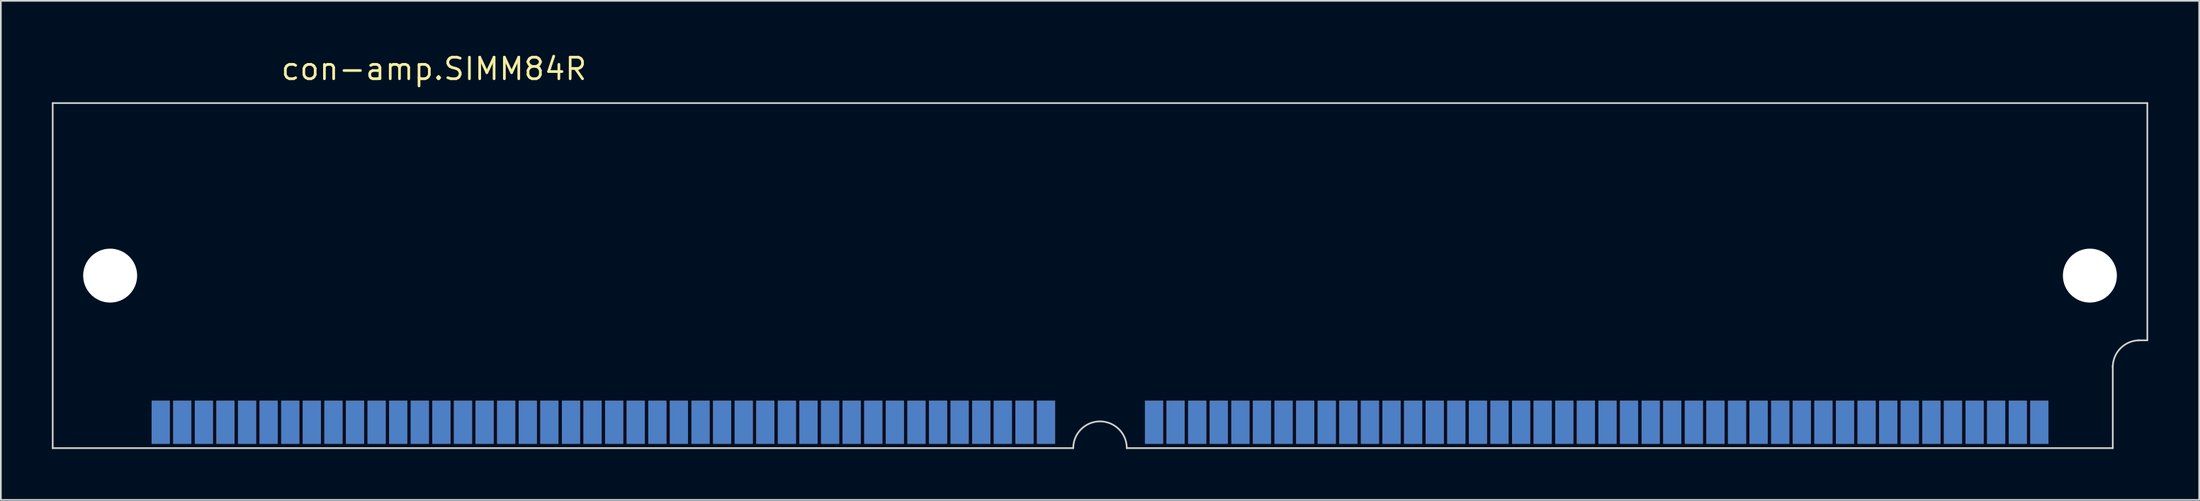
<source format=kicad_pcb>
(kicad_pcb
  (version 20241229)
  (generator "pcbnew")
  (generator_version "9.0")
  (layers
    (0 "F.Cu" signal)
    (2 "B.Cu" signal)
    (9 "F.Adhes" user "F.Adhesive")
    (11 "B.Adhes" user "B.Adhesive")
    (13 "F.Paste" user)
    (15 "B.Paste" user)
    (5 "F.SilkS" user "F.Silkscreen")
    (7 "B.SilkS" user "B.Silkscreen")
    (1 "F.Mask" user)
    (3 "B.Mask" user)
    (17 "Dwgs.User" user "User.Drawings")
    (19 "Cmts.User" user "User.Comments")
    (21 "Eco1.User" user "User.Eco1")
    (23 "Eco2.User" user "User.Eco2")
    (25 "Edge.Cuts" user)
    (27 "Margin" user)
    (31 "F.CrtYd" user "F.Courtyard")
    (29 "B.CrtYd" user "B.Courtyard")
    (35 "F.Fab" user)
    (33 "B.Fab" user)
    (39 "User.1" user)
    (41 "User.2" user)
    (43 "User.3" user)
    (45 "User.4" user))
  (footprint "con-amp.SIMM84R"
    (layer "F.Cu")
    (at 61.645 13.18)
    (property "Reference" "con-amp.SIMM84R" (at -48.26 -11.43 0) (layer "F.SilkS") (effects (font (size 1.27 1.27) (thickness 0.16)) (justify left bottom)))
    (attr smd)
    (fp_line (start -61.595 -10.16) (end -61.595 10.16) (stroke (width 0.1) (type default)) (layer "Edge.Cuts"))
    (fp_line (start -61.595 10.16) (end -1.575 10.16) (stroke (width 0.1) (type default)) (layer "Edge.Cuts"))
    (fp_line (start 1.575 10.16) (end 59.563 10.16) (stroke (width 0.1) (type default)) (layer "Edge.Cuts"))
    (fp_line (start 59.563 10.16) (end 59.563 5.309) (stroke (width 0.1) (type default)) (layer "Edge.Cuts"))
    (fp_line (start 61.595 -10.16) (end -61.595 -10.16) (stroke (width 0.1) (type default)) (layer "Edge.Cuts"))
    (fp_line (start 61.595 3.81) (end 61.036 3.81) (stroke (width 0.1) (type default)) (layer "Edge.Cuts"))
    (fp_line (start 61.595 3.81) (end 61.595 -10.16) (stroke (width 0.1) (type default)) (layer "Edge.Cuts"))
    (fp_arc (start -1.5748 10.16) (mid 0 8.5852) (end 1.5748 10.16) (stroke (width 0.1) (type default)) (layer "Edge.Cuts"))
    (fp_arc (start 59.563 5.3848) (mid 60.024248 4.271248) (end 61.1378 3.81) (stroke (width 0.1) (type default)) (layer "Edge.Cuts"))
    (pad "" np_thru_hole circle (at -58.217 0) (size 3.175 3.175) (drill 3.175) (layers "*.Cu" "*.Mask"))
    (pad "" np_thru_hole circle (at 58.217 0) (size 3.175 3.175) (drill 3.175) (layers "*.Cu" "*.Mask"))
    (pad "1" smd roundrect (at 55.245 8.636) (size 1.067 2.54) (layers "F.Cu" "F.Mask" "F.Paste") (roundrect_rratio 0.01))
    (pad "2" smd roundrect (at 53.975 8.636) (size 1.067 2.54) (layers "F.Cu" "F.Mask" "F.Paste") (roundrect_rratio 0.01))
    (pad "3" smd roundrect (at 52.705 8.636) (size 1.067 2.54) (layers "F.Cu" "F.Mask" "F.Paste") (roundrect_rratio 0.01))
    (pad "4" smd roundrect (at 51.435 8.636) (size 1.067 2.54) (layers "F.Cu" "F.Mask" "F.Paste") (roundrect_rratio 0.01))
    (pad "5" smd roundrect (at 50.165 8.636) (size 1.067 2.54) (layers "F.Cu" "F.Mask" "F.Paste") (roundrect_rratio 0.01))
    (pad "6" smd roundrect (at 48.895 8.636) (size 1.067 2.54) (layers "F.Cu" "F.Mask" "F.Paste") (roundrect_rratio 0.01))
    (pad "7" smd roundrect (at 47.625 8.636) (size 1.067 2.54) (layers "F.Cu" "F.Mask" "F.Paste") (roundrect_rratio 0.01))
    (pad "8" smd roundrect (at 46.355 8.636) (size 1.067 2.54) (layers "F.Cu" "F.Mask" "F.Paste") (roundrect_rratio 0.01))
    (pad "9" smd roundrect (at 45.085 8.636) (size 1.067 2.54) (layers "F.Cu" "F.Mask" "F.Paste") (roundrect_rratio 0.01))
    (pad "10" smd roundrect (at 43.815 8.636) (size 1.067 2.54) (layers "F.Cu" "F.Mask" "F.Paste") (roundrect_rratio 0.01))
    (pad "11" smd roundrect (at 42.545 8.636) (size 1.067 2.54) (layers "F.Cu" "F.Mask" "F.Paste") (roundrect_rratio 0.01))
    (pad "12" smd roundrect (at 41.275 8.636) (size 1.067 2.54) (layers "F.Cu" "F.Mask" "F.Paste") (roundrect_rratio 0.01))
    (pad "13" smd roundrect (at 40.005 8.636) (size 1.067 2.54) (layers "F.Cu" "F.Mask" "F.Paste") (roundrect_rratio 0.01))
    (pad "14" smd roundrect (at 38.735 8.636) (size 1.067 2.54) (layers "F.Cu" "F.Mask" "F.Paste") (roundrect_rratio 0.01))
    (pad "15" smd roundrect (at 37.465 8.636) (size 1.067 2.54) (layers "F.Cu" "F.Mask" "F.Paste") (roundrect_rratio 0.01))
    (pad "16" smd roundrect (at 36.195 8.636) (size 1.067 2.54) (layers "F.Cu" "F.Mask" "F.Paste") (roundrect_rratio 0.01))
    (pad "17" smd roundrect (at 34.925 8.636) (size 1.067 2.54) (layers "F.Cu" "F.Mask" "F.Paste") (roundrect_rratio 0.01))
    (pad "18" smd roundrect (at 33.655 8.636) (size 1.067 2.54) (layers "F.Cu" "F.Mask" "F.Paste") (roundrect_rratio 0.01))
    (pad "19" smd roundrect (at 32.385 8.636) (size 1.067 2.54) (layers "F.Cu" "F.Mask" "F.Paste") (roundrect_rratio 0.01))
    (pad "20" smd roundrect (at 31.115 8.636) (size 1.067 2.54) (layers "F.Cu" "F.Mask" "F.Paste") (roundrect_rratio 0.01))
    (pad "21" smd roundrect (at 29.845 8.636) (size 1.067 2.54) (layers "F.Cu" "F.Mask" "F.Paste") (roundrect_rratio 0.01))
    (pad "22" smd roundrect (at 28.575 8.636) (size 1.067 2.54) (layers "F.Cu" "F.Mask" "F.Paste") (roundrect_rratio 0.01))
    (pad "23" smd roundrect (at 27.305 8.636) (size 1.067 2.54) (layers "F.Cu" "F.Mask" "F.Paste") (roundrect_rratio 0.01))
    (pad "24" smd roundrect (at 26.035 8.636) (size 1.067 2.54) (layers "F.Cu" "F.Mask" "F.Paste") (roundrect_rratio 0.01))
    (pad "25" smd roundrect (at 24.765 8.636) (size 1.067 2.54) (layers "F.Cu" "F.Mask" "F.Paste") (roundrect_rratio 0.01))
    (pad "26" smd roundrect (at 23.495 8.636) (size 1.067 2.54) (layers "F.Cu" "F.Mask" "F.Paste") (roundrect_rratio 0.01))
    (pad "27" smd roundrect (at 22.225 8.636) (size 1.067 2.54) (layers "F.Cu" "F.Mask" "F.Paste") (roundrect_rratio 0.01))
    (pad "28" smd roundrect (at 20.955 8.636) (size 1.067 2.54) (layers "F.Cu" "F.Mask" "F.Paste") (roundrect_rratio 0.01))
    (pad "29" smd roundrect (at 19.685 8.636) (size 1.067 2.54) (layers "F.Cu" "F.Mask" "F.Paste") (roundrect_rratio 0.01))
    (pad "30" smd roundrect (at 18.415 8.636) (size 1.067 2.54) (layers "F.Cu" "F.Mask" "F.Paste") (roundrect_rratio 0.01))
    (pad "31" smd roundrect (at 17.145 8.636) (size 1.067 2.54) (layers "F.Cu" "F.Mask" "F.Paste") (roundrect_rratio 0.01))
    (pad "32" smd roundrect (at 15.875 8.636) (size 1.067 2.54) (layers "F.Cu" "F.Mask" "F.Paste") (roundrect_rratio 0.01))
    (pad "33" smd roundrect (at 14.605 8.636) (size 1.067 2.54) (layers "F.Cu" "F.Mask" "F.Paste") (roundrect_rratio 0.01))
    (pad "34" smd roundrect (at 13.335 8.636) (size 1.067 2.54) (layers "F.Cu" "F.Mask" "F.Paste") (roundrect_rratio 0.01))
    (pad "35" smd roundrect (at 12.065 8.636) (size 1.067 2.54) (layers "F.Cu" "F.Mask" "F.Paste") (roundrect_rratio 0.01))
    (pad "36" smd roundrect (at 10.795 8.636) (size 1.067 2.54) (layers "F.Cu" "F.Mask" "F.Paste") (roundrect_rratio 0.01))
    (pad "37" smd roundrect (at 9.525 8.636) (size 1.067 2.54) (layers "F.Cu" "F.Mask" "F.Paste") (roundrect_rratio 0.01))
    (pad "38" smd roundrect (at 8.255 8.636) (size 1.067 2.54) (layers "F.Cu" "F.Mask" "F.Paste") (roundrect_rratio 0.01))
    (pad "39" smd roundrect (at 6.985 8.636) (size 1.067 2.54) (layers "F.Cu" "F.Mask" "F.Paste") (roundrect_rratio 0.01))
    (pad "40" smd roundrect (at 5.715 8.636) (size 1.067 2.54) (layers "F.Cu" "F.Mask" "F.Paste") (roundrect_rratio 0.01))
    (pad "41" smd roundrect (at 4.445 8.636) (size 1.067 2.54) (layers "F.Cu" "F.Mask" "F.Paste") (roundrect_rratio 0.01))
    (pad "42" smd roundrect (at 3.175 8.636) (size 1.067 2.54) (layers "F.Cu" "F.Mask" "F.Paste") (roundrect_rratio 0.01))
    (pad "43" smd roundrect (at -3.175 8.636) (size 1.067 2.54) (layers "F.Cu" "F.Mask" "F.Paste") (roundrect_rratio 0.01))
    (pad "44" smd roundrect (at -4.445 8.636) (size 1.067 2.54) (layers "F.Cu" "F.Mask" "F.Paste") (roundrect_rratio 0.01))
    (pad "45" smd roundrect (at -5.715 8.636) (size 1.067 2.54) (layers "F.Cu" "F.Mask" "F.Paste") (roundrect_rratio 0.01))
    (pad "46" smd roundrect (at -6.985 8.636) (size 1.067 2.54) (layers "F.Cu" "F.Mask" "F.Paste") (roundrect_rratio 0.01))
    (pad "47" smd roundrect (at -8.255 8.636) (size 1.067 2.54) (layers "F.Cu" "F.Mask" "F.Paste") (roundrect_rratio 0.01))
    (pad "48" smd roundrect (at -9.525 8.636) (size 1.067 2.54) (layers "F.Cu" "F.Mask" "F.Paste") (roundrect_rratio 0.01))
    (pad "49" smd roundrect (at -10.795 8.636) (size 1.067 2.54) (layers "F.Cu" "F.Mask" "F.Paste") (roundrect_rratio 0.01))
    (pad "50" smd roundrect (at -12.065 8.636) (size 1.067 2.54) (layers "F.Cu" "F.Mask" "F.Paste") (roundrect_rratio 0.01))
    (pad "51" smd roundrect (at -13.335 8.636) (size 1.067 2.54) (layers "F.Cu" "F.Mask" "F.Paste") (roundrect_rratio 0.01))
    (pad "52" smd roundrect (at -14.605 8.636) (size 1.067 2.54) (layers "F.Cu" "F.Mask" "F.Paste") (roundrect_rratio 0.01))
    (pad "53" smd roundrect (at -15.875 8.636) (size 1.067 2.54) (layers "F.Cu" "F.Mask" "F.Paste") (roundrect_rratio 0.01))
    (pad "54" smd roundrect (at -17.145 8.636) (size 1.067 2.54) (layers "F.Cu" "F.Mask" "F.Paste") (roundrect_rratio 0.01))
    (pad "55" smd roundrect (at -18.415 8.636) (size 1.067 2.54) (layers "F.Cu" "F.Mask" "F.Paste") (roundrect_rratio 0.01))
    (pad "56" smd roundrect (at -19.685 8.636) (size 1.067 2.54) (layers "F.Cu" "F.Mask" "F.Paste") (roundrect_rratio 0.01))
    (pad "57" smd roundrect (at -20.955 8.636) (size 1.067 2.54) (layers "F.Cu" "F.Mask" "F.Paste") (roundrect_rratio 0.01))
    (pad "58" smd roundrect (at -22.225 8.636) (size 1.067 2.54) (layers "F.Cu" "F.Mask" "F.Paste") (roundrect_rratio 0.01))
    (pad "59" smd roundrect (at -23.495 8.636) (size 1.067 2.54) (layers "F.Cu" "F.Mask" "F.Paste") (roundrect_rratio 0.01))
    (pad "60" smd roundrect (at -24.765 8.636) (size 1.067 2.54) (layers "F.Cu" "F.Mask" "F.Paste") (roundrect_rratio 0.01))
    (pad "61" smd roundrect (at -26.035 8.636) (size 1.067 2.54) (layers "F.Cu" "F.Mask" "F.Paste") (roundrect_rratio 0.01))
    (pad "62" smd roundrect (at -27.305 8.636) (size 1.067 2.54) (layers "F.Cu" "F.Mask" "F.Paste") (roundrect_rratio 0.01))
    (pad "63" smd roundrect (at -28.575 8.636) (size 1.067 2.54) (layers "F.Cu" "F.Mask" "F.Paste") (roundrect_rratio 0.01))
    (pad "64" smd roundrect (at -29.845 8.636) (size 1.067 2.54) (layers "F.Cu" "F.Mask" "F.Paste") (roundrect_rratio 0.01))
    (pad "65" smd roundrect (at -31.115 8.636) (size 1.067 2.54) (layers "F.Cu" "F.Mask" "F.Paste") (roundrect_rratio 0.01))
    (pad "66" smd roundrect (at -32.385 8.636) (size 1.067 2.54) (layers "F.Cu" "F.Mask" "F.Paste") (roundrect_rratio 0.01))
    (pad "67" smd roundrect (at -33.655 8.636) (size 1.067 2.54) (layers "F.Cu" "F.Mask" "F.Paste") (roundrect_rratio 0.01))
    (pad "68" smd roundrect (at -34.925 8.636) (size 1.067 2.54) (layers "F.Cu" "F.Mask" "F.Paste") (roundrect_rratio 0.01))
    (pad "69" smd roundrect (at -36.195 8.636) (size 1.067 2.54) (layers "F.Cu" "F.Mask" "F.Paste") (roundrect_rratio 0.01))
    (pad "70" smd roundrect (at -37.465 8.636) (size 1.067 2.54) (layers "F.Cu" "F.Mask" "F.Paste") (roundrect_rratio 0.01))
    (pad "71" smd roundrect (at -38.735 8.636) (size 1.067 2.54) (layers "F.Cu" "F.Mask" "F.Paste") (roundrect_rratio 0.01))
    (pad "72" smd roundrect (at -40.005 8.636) (size 1.067 2.54) (layers "F.Cu" "F.Mask" "F.Paste") (roundrect_rratio 0.01))
    (pad "73" smd roundrect (at -41.275 8.636) (size 1.067 2.54) (layers "F.Cu" "F.Mask" "F.Paste") (roundrect_rratio 0.01))
    (pad "74" smd roundrect (at -42.545 8.636) (size 1.067 2.54) (layers "F.Cu" "F.Mask" "F.Paste") (roundrect_rratio 0.01))
    (pad "75" smd roundrect (at -43.815 8.636) (size 1.067 2.54) (layers "F.Cu" "F.Mask" "F.Paste") (roundrect_rratio 0.01))
    (pad "76" smd roundrect (at -45.085 8.636) (size 1.067 2.54) (layers "F.Cu" "F.Mask" "F.Paste") (roundrect_rratio 0.01))
    (pad "77" smd roundrect (at -46.355 8.636) (size 1.067 2.54) (layers "F.Cu" "F.Mask" "F.Paste") (roundrect_rratio 0.01))
    (pad "78" smd roundrect (at -47.625 8.636) (size 1.067 2.54) (layers "F.Cu" "F.Mask" "F.Paste") (roundrect_rratio 0.01))
    (pad "79" smd roundrect (at -48.895 8.636) (size 1.067 2.54) (layers "F.Cu" "F.Mask" "F.Paste") (roundrect_rratio 0.01))
    (pad "80" smd roundrect (at -50.165 8.636) (size 1.067 2.54) (layers "F.Cu" "F.Mask" "F.Paste") (roundrect_rratio 0.01))
    (pad "81" smd roundrect (at -51.435 8.636) (size 1.067 2.54) (layers "F.Cu" "F.Mask" "F.Paste") (roundrect_rratio 0.01))
    (pad "82" smd roundrect (at -52.705 8.636) (size 1.067 2.54) (layers "F.Cu" "F.Mask" "F.Paste") (roundrect_rratio 0.01))
    (pad "83" smd roundrect (at -53.975 8.636) (size 1.067 2.54) (layers "F.Cu" "F.Mask" "F.Paste") (roundrect_rratio 0.01))
    (pad "84" smd roundrect (at -55.245 8.636) (size 1.067 2.54) (layers "F.Cu" "F.Mask" "F.Paste") (roundrect_rratio 0.01))
    (pad "85" smd roundrect (at 55.245 8.636) (size 1.067 2.54) (layers "B.Cu" "B.Mask" "B.Paste") (roundrect_rratio 0.01))
    (pad "86" smd roundrect (at 53.975 8.636) (size 1.067 2.54) (layers "B.Cu" "B.Mask" "B.Paste") (roundrect_rratio 0.01))
    (pad "87" smd roundrect (at 52.705 8.636) (size 1.067 2.54) (layers "B.Cu" "B.Mask" "B.Paste") (roundrect_rratio 0.01))
    (pad "88" smd roundrect (at 51.435 8.636) (size 1.067 2.54) (layers "B.Cu" "B.Mask" "B.Paste") (roundrect_rratio 0.01))
    (pad "89" smd roundrect (at 50.165 8.636) (size 1.067 2.54) (layers "B.Cu" "B.Mask" "B.Paste") (roundrect_rratio 0.01))
    (pad "90" smd roundrect (at 48.895 8.636) (size 1.067 2.54) (layers "B.Cu" "B.Mask" "B.Paste") (roundrect_rratio 0.01))
    (pad "91" smd roundrect (at 47.625 8.636) (size 1.067 2.54) (layers "B.Cu" "B.Mask" "B.Paste") (roundrect_rratio 0.01))
    (pad "92" smd roundrect (at 46.355 8.636) (size 1.067 2.54) (layers "B.Cu" "B.Mask" "B.Paste") (roundrect_rratio 0.01))
    (pad "93" smd roundrect (at 45.085 8.636) (size 1.067 2.54) (layers "B.Cu" "B.Mask" "B.Paste") (roundrect_rratio 0.01))
    (pad "94" smd roundrect (at 43.815 8.636) (size 1.067 2.54) (layers "B.Cu" "B.Mask" "B.Paste") (roundrect_rratio 0.01))
    (pad "95" smd roundrect (at 42.545 8.636) (size 1.067 2.54) (layers "B.Cu" "B.Mask" "B.Paste") (roundrect_rratio 0.01))
    (pad "96" smd roundrect (at 41.275 8.636) (size 1.067 2.54) (layers "B.Cu" "B.Mask" "B.Paste") (roundrect_rratio 0.01))
    (pad "97" smd roundrect (at 40.005 8.636) (size 1.067 2.54) (layers "B.Cu" "B.Mask" "B.Paste") (roundrect_rratio 0.01))
    (pad "98" smd roundrect (at 38.735 8.636) (size 1.067 2.54) (layers "B.Cu" "B.Mask" "B.Paste") (roundrect_rratio 0.01))
    (pad "99" smd roundrect (at 37.465 8.636) (size 1.067 2.54) (layers "B.Cu" "B.Mask" "B.Paste") (roundrect_rratio 0.01))
    (pad "100" smd roundrect (at 36.195 8.636) (size 1.067 2.54) (layers "B.Cu" "B.Mask" "B.Paste") (roundrect_rratio 0.01))
    (pad "101" smd roundrect (at 34.925 8.636) (size 1.067 2.54) (layers "B.Cu" "B.Mask" "B.Paste") (roundrect_rratio 0.01))
    (pad "102" smd roundrect (at 33.655 8.636) (size 1.067 2.54) (layers "B.Cu" "B.Mask" "B.Paste") (roundrect_rratio 0.01))
    (pad "103" smd roundrect (at 32.385 8.636) (size 1.067 2.54) (layers "B.Cu" "B.Mask" "B.Paste") (roundrect_rratio 0.01))
    (pad "104" smd roundrect (at 31.115 8.636) (size 1.067 2.54) (layers "B.Cu" "B.Mask" "B.Paste") (roundrect_rratio 0.01))
    (pad "105" smd roundrect (at 29.845 8.636) (size 1.067 2.54) (layers "B.Cu" "B.Mask" "B.Paste") (roundrect_rratio 0.01))
    (pad "106" smd roundrect (at 28.575 8.636) (size 1.067 2.54) (layers "B.Cu" "B.Mask" "B.Paste") (roundrect_rratio 0.01))
    (pad "107" smd roundrect (at 27.305 8.636) (size 1.067 2.54) (layers "B.Cu" "B.Mask" "B.Paste") (roundrect_rratio 0.01))
    (pad "108" smd roundrect (at 26.035 8.636) (size 1.067 2.54) (layers "B.Cu" "B.Mask" "B.Paste") (roundrect_rratio 0.01))
    (pad "109" smd roundrect (at 24.765 8.636) (size 1.067 2.54) (layers "B.Cu" "B.Mask" "B.Paste") (roundrect_rratio 0.01))
    (pad "110" smd roundrect (at 23.495 8.636) (size 1.067 2.54) (layers "B.Cu" "B.Mask" "B.Paste") (roundrect_rratio 0.01))
    (pad "111" smd roundrect (at 22.225 8.636) (size 1.067 2.54) (layers "B.Cu" "B.Mask" "B.Paste") (roundrect_rratio 0.01))
    (pad "112" smd roundrect (at 20.955 8.636) (size 1.067 2.54) (layers "B.Cu" "B.Mask" "B.Paste") (roundrect_rratio 0.01))
    (pad "113" smd roundrect (at 19.685 8.636) (size 1.067 2.54) (layers "B.Cu" "B.Mask" "B.Paste") (roundrect_rratio 0.01))
    (pad "114" smd roundrect (at 18.415 8.636) (size 1.067 2.54) (layers "B.Cu" "B.Mask" "B.Paste") (roundrect_rratio 0.01))
    (pad "115" smd roundrect (at 17.145 8.636) (size 1.067 2.54) (layers "B.Cu" "B.Mask" "B.Paste") (roundrect_rratio 0.01))
    (pad "116" smd roundrect (at 15.875 8.636) (size 1.067 2.54) (layers "B.Cu" "B.Mask" "B.Paste") (roundrect_rratio 0.01))
    (pad "117" smd roundrect (at 14.605 8.636) (size 1.067 2.54) (layers "B.Cu" "B.Mask" "B.Paste") (roundrect_rratio 0.01))
    (pad "118" smd roundrect (at 13.335 8.636) (size 1.067 2.54) (layers "B.Cu" "B.Mask" "B.Paste") (roundrect_rratio 0.01))
    (pad "119" smd roundrect (at 12.065 8.636) (size 1.067 2.54) (layers "B.Cu" "B.Mask" "B.Paste") (roundrect_rratio 0.01))
    (pad "120" smd roundrect (at 10.795 8.636) (size 1.067 2.54) (layers "B.Cu" "B.Mask" "B.Paste") (roundrect_rratio 0.01))
    (pad "121" smd roundrect (at 9.525 8.636) (size 1.067 2.54) (layers "B.Cu" "B.Mask" "B.Paste") (roundrect_rratio 0.01))
    (pad "122" smd roundrect (at 8.255 8.636) (size 1.067 2.54) (layers "B.Cu" "B.Mask" "B.Paste") (roundrect_rratio 0.01))
    (pad "123" smd roundrect (at 6.985 8.636) (size 1.067 2.54) (layers "B.Cu" "B.Mask" "B.Paste") (roundrect_rratio 0.01))
    (pad "124" smd roundrect (at 5.715 8.636) (size 1.067 2.54) (layers "B.Cu" "B.Mask" "B.Paste") (roundrect_rratio 0.01))
    (pad "125" smd roundrect (at 4.445 8.636) (size 1.067 2.54) (layers "B.Cu" "B.Mask" "B.Paste") (roundrect_rratio 0.01))
    (pad "126" smd roundrect (at 3.175 8.636) (size 1.067 2.54) (layers "B.Cu" "B.Mask" "B.Paste") (roundrect_rratio 0.01))
    (pad "127" smd roundrect (at -3.175 8.636) (size 1.067 2.54) (layers "B.Cu" "B.Mask" "B.Paste") (roundrect_rratio 0.01))
    (pad "128" smd roundrect (at -4.445 8.636) (size 1.067 2.54) (layers "B.Cu" "B.Mask" "B.Paste") (roundrect_rratio 0.01))
    (pad "129" smd roundrect (at -5.715 8.636) (size 1.067 2.54) (layers "B.Cu" "B.Mask" "B.Paste") (roundrect_rratio 0.01))
    (pad "130" smd roundrect (at -6.985 8.636) (size 1.067 2.54) (layers "B.Cu" "B.Mask" "B.Paste") (roundrect_rratio 0.01))
    (pad "131" smd roundrect (at -8.255 8.636) (size 1.067 2.54) (layers "B.Cu" "B.Mask" "B.Paste") (roundrect_rratio 0.01))
    (pad "132" smd roundrect (at -9.525 8.636) (size 1.067 2.54) (layers "B.Cu" "B.Mask" "B.Paste") (roundrect_rratio 0.01))
    (pad "133" smd roundrect (at -10.795 8.636) (size 1.067 2.54) (layers "B.Cu" "B.Mask" "B.Paste") (roundrect_rratio 0.01))
    (pad "134" smd roundrect (at -12.065 8.636) (size 1.067 2.54) (layers "B.Cu" "B.Mask" "B.Paste") (roundrect_rratio 0.01))
    (pad "135" smd roundrect (at -13.335 8.636) (size 1.067 2.54) (layers "B.Cu" "B.Mask" "B.Paste") (roundrect_rratio 0.01))
    (pad "136" smd roundrect (at -14.605 8.636) (size 1.067 2.54) (layers "B.Cu" "B.Mask" "B.Paste") (roundrect_rratio 0.01))
    (pad "137" smd roundrect (at -15.875 8.636) (size 1.067 2.54) (layers "B.Cu" "B.Mask" "B.Paste") (roundrect_rratio 0.01))
    (pad "138" smd roundrect (at -17.145 8.636) (size 1.067 2.54) (layers "B.Cu" "B.Mask" "B.Paste") (roundrect_rratio 0.01))
    (pad "139" smd roundrect (at -18.415 8.636) (size 1.067 2.54) (layers "B.Cu" "B.Mask" "B.Paste") (roundrect_rratio 0.01))
    (pad "140" smd roundrect (at -19.685 8.636) (size 1.067 2.54) (layers "B.Cu" "B.Mask" "B.Paste") (roundrect_rratio 0.01))
    (pad "141" smd roundrect (at -20.955 8.636) (size 1.067 2.54) (layers "B.Cu" "B.Mask" "B.Paste") (roundrect_rratio 0.01))
    (pad "142" smd roundrect (at -22.225 8.636) (size 1.067 2.54) (layers "B.Cu" "B.Mask" "B.Paste") (roundrect_rratio 0.01))
    (pad "143" smd roundrect (at -23.495 8.636) (size 1.067 2.54) (layers "B.Cu" "B.Mask" "B.Paste") (roundrect_rratio 0.01))
    (pad "144" smd roundrect (at -24.765 8.636) (size 1.067 2.54) (layers "B.Cu" "B.Mask" "B.Paste") (roundrect_rratio 0.01))
    (pad "145" smd roundrect (at -26.035 8.636) (size 1.067 2.54) (layers "B.Cu" "B.Mask" "B.Paste") (roundrect_rratio 0.01))
    (pad "146" smd roundrect (at -27.305 8.636) (size 1.067 2.54) (layers "B.Cu" "B.Mask" "B.Paste") (roundrect_rratio 0.01))
    (pad "147" smd roundrect (at -28.575 8.636) (size 1.067 2.54) (layers "B.Cu" "B.Mask" "B.Paste") (roundrect_rratio 0.01))
    (pad "148" smd roundrect (at -29.845 8.636) (size 1.067 2.54) (layers "B.Cu" "B.Mask" "B.Paste") (roundrect_rratio 0.01))
    (pad "149" smd roundrect (at -31.115 8.636) (size 1.067 2.54) (layers "B.Cu" "B.Mask" "B.Paste") (roundrect_rratio 0.01))
    (pad "150" smd roundrect (at -32.385 8.636) (size 1.067 2.54) (layers "B.Cu" "B.Mask" "B.Paste") (roundrect_rratio 0.01))
    (pad "151" smd roundrect (at -33.655 8.636) (size 1.067 2.54) (layers "B.Cu" "B.Mask" "B.Paste") (roundrect_rratio 0.01))
    (pad "152" smd roundrect (at -34.925 8.636) (size 1.067 2.54) (layers "B.Cu" "B.Mask" "B.Paste") (roundrect_rratio 0.01))
    (pad "153" smd roundrect (at -36.195 8.636) (size 1.067 2.54) (layers "B.Cu" "B.Mask" "B.Paste") (roundrect_rratio 0.01))
    (pad "154" smd roundrect (at -37.465 8.636) (size 1.067 2.54) (layers "B.Cu" "B.Mask" "B.Paste") (roundrect_rratio 0.01))
    (pad "155" smd roundrect (at -38.735 8.636) (size 1.067 2.54) (layers "B.Cu" "B.Mask" "B.Paste") (roundrect_rratio 0.01))
    (pad "156" smd roundrect (at -40.005 8.636) (size 1.067 2.54) (layers "B.Cu" "B.Mask" "B.Paste") (roundrect_rratio 0.01))
    (pad "157" smd roundrect (at -41.275 8.636) (size 1.067 2.54) (layers "B.Cu" "B.Mask" "B.Paste") (roundrect_rratio 0.01))
    (pad "158" smd roundrect (at -42.545 8.636) (size 1.067 2.54) (layers "B.Cu" "B.Mask" "B.Paste") (roundrect_rratio 0.01))
    (pad "159" smd roundrect (at -43.815 8.636) (size 1.067 2.54) (layers "B.Cu" "B.Mask" "B.Paste") (roundrect_rratio 0.01))
    (pad "160" smd roundrect (at -45.085 8.636) (size 1.067 2.54) (layers "B.Cu" "B.Mask" "B.Paste") (roundrect_rratio 0.01))
    (pad "161" smd roundrect (at -46.355 8.636) (size 1.067 2.54) (layers "B.Cu" "B.Mask" "B.Paste") (roundrect_rratio 0.01))
    (pad "162" smd roundrect (at -47.625 8.636) (size 1.067 2.54) (layers "B.Cu" "B.Mask" "B.Paste") (roundrect_rratio 0.01))
    (pad "163" smd roundrect (at -48.895 8.636) (size 1.067 2.54) (layers "B.Cu" "B.Mask" "B.Paste") (roundrect_rratio 0.01))
    (pad "164" smd roundrect (at -50.165 8.636) (size 1.067 2.54) (layers "B.Cu" "B.Mask" "B.Paste") (roundrect_rratio 0.01))
    (pad "165" smd roundrect (at -51.435 8.636) (size 1.067 2.54) (layers "B.Cu" "B.Mask" "B.Paste") (roundrect_rratio 0.01))
    (pad "166" smd roundrect (at -52.705 8.636) (size 1.067 2.54) (layers "B.Cu" "B.Mask" "B.Paste") (roundrect_rratio 0.01))
    (pad "167" smd roundrect (at -53.975 8.636) (size 1.067 2.54) (layers "B.Cu" "B.Mask" "B.Paste") (roundrect_rratio 0.01))
    (pad "168" smd roundrect (at -55.245 8.636) (size 1.067 2.54) (layers "B.Cu" "B.Mask" "B.Paste") (roundrect_rratio 0.01)))
  (gr_rect
    (start -3 -3)
    (end 126.29 26.39)
    (stroke (width 0.1) (type default))
    (fill no)
    (layer "Edge.Cuts")))
</source>
